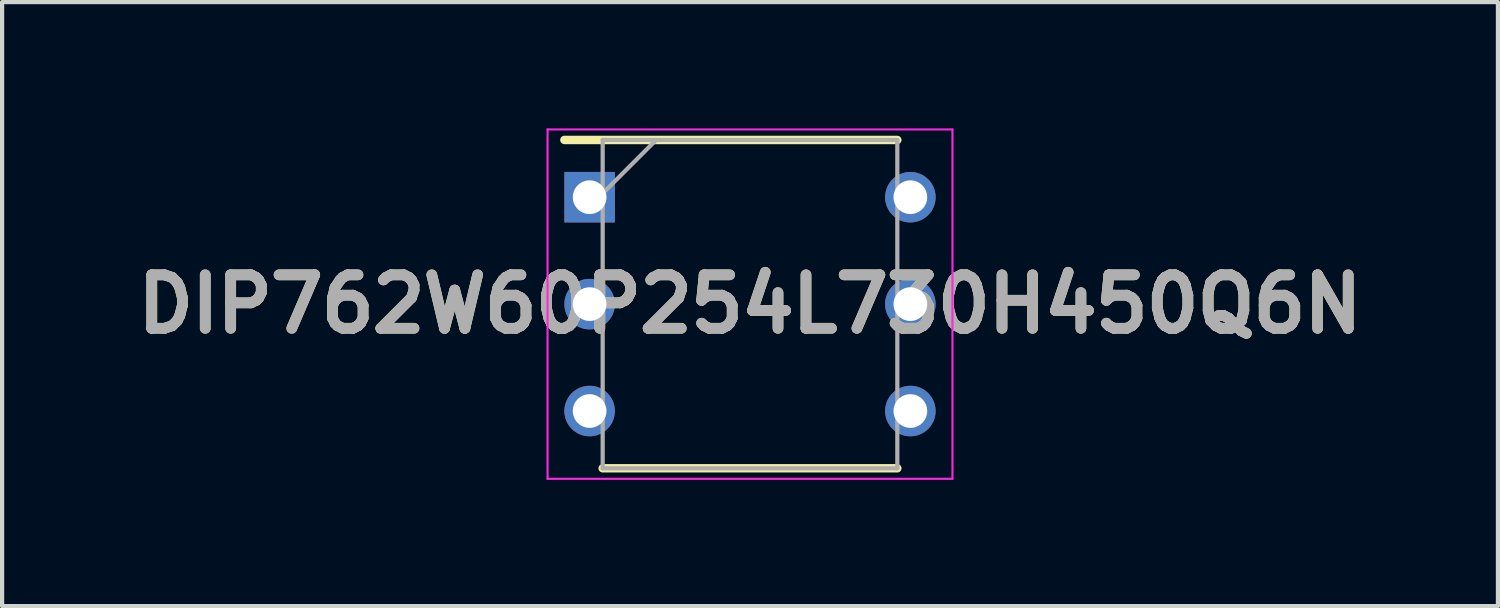
<source format=kicad_pcb>
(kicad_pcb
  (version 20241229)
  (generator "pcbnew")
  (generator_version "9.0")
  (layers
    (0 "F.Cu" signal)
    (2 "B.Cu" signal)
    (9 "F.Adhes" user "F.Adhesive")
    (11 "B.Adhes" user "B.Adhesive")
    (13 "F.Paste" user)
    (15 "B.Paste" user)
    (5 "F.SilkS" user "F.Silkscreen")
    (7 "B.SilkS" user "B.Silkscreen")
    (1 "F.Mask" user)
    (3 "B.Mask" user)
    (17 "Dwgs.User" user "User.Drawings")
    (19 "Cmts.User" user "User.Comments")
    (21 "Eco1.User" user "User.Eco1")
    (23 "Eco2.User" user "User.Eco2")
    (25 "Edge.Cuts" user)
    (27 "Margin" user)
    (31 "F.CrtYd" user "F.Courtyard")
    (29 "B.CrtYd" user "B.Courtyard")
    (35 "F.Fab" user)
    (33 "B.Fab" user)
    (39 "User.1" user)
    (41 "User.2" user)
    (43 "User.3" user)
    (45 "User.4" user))
  (footprint "DIP762W60P254L730H450Q6N"
    (layer "F.Cu")
    (at 14.768 4.175)
    (property "Reference" "DIP762W60P254L730H450Q6N" (at 0 0 0) (layer "F.SilkS") (effects (font (size 1.27 1.27) (thickness 0.254))))
    (attr through_hole)
    (fp_line (start -4.41 -3.9) (end 3.5 -3.9) (stroke (width 0.2) (type solid)) (layer "F.SilkS"))
    (fp_line (start -3.5 3.9) (end 3.5 3.9) (stroke (width 0.2) (type solid)) (layer "F.SilkS"))
    (fp_line (start -4.81 -4.15) (end 4.81 -4.15) (stroke (width 0.05) (type solid)) (layer "F.CrtYd"))
    (fp_line (start -4.81 4.15) (end -4.81 -4.15) (stroke (width 0.05) (type solid)) (layer "F.CrtYd"))
    (fp_line (start 4.81 -4.15) (end 4.81 4.15) (stroke (width 0.05) (type solid)) (layer "F.CrtYd"))
    (fp_line (start 4.81 4.15) (end -4.81 4.15) (stroke (width 0.05) (type solid)) (layer "F.CrtYd"))
    (fp_line (start -3.5 -3.9) (end 3.5 -3.9) (stroke (width 0.1) (type solid)) (layer "F.Fab"))
    (fp_line (start -3.5 -2.63) (end -2.23 -3.9) (stroke (width 0.1) (type solid)) (layer "F.Fab"))
    (fp_line (start -3.5 3.9) (end -3.5 -3.9) (stroke (width 0.1) (type solid)) (layer "F.Fab"))
    (fp_line (start 3.5 -3.9) (end 3.5 3.9) (stroke (width 0.1) (type solid)) (layer "F.Fab"))
    (fp_line (start 3.5 3.9) (end -3.5 3.9) (stroke (width 0.1) (type solid)) (layer "F.Fab"))
    (fp_text user "${REFERENCE}" (at 0 0 0) (layer "F.Fab") (effects (font (size 1.27 1.27) (thickness 0.254))))
    (pad "1" thru_hole rect (at -3.81 -2.54) (size 1.2 1.2) (drill 0.8) (layers "*.Cu" "*.Mask"))
    (pad "2" thru_hole circle (at -3.81 0) (size 1.2 1.2) (drill 0.8) (layers "*.Cu" "*.Mask"))
    (pad "3" thru_hole circle (at -3.81 2.54) (size 1.2 1.2) (drill 0.8) (layers "*.Cu" "*.Mask"))
    (pad "4" thru_hole circle (at 3.81 2.54) (size 1.2 1.2) (drill 0.8) (layers "*.Cu" "*.Mask"))
    (pad "5" thru_hole circle (at 3.81 0) (size 1.2 1.2) (drill 0.8) (layers "*.Cu" "*.Mask"))
    (pad "6" thru_hole circle (at 3.81 -2.54) (size 1.2 1.2) (drill 0.8) (layers "*.Cu" "*.Mask")))
  (gr_rect
    (start -3 -3)
    (end 32.537 11.35)
    (stroke (width 0.1) (type default))
    (fill no)
    (layer "Edge.Cuts")))
</source>
